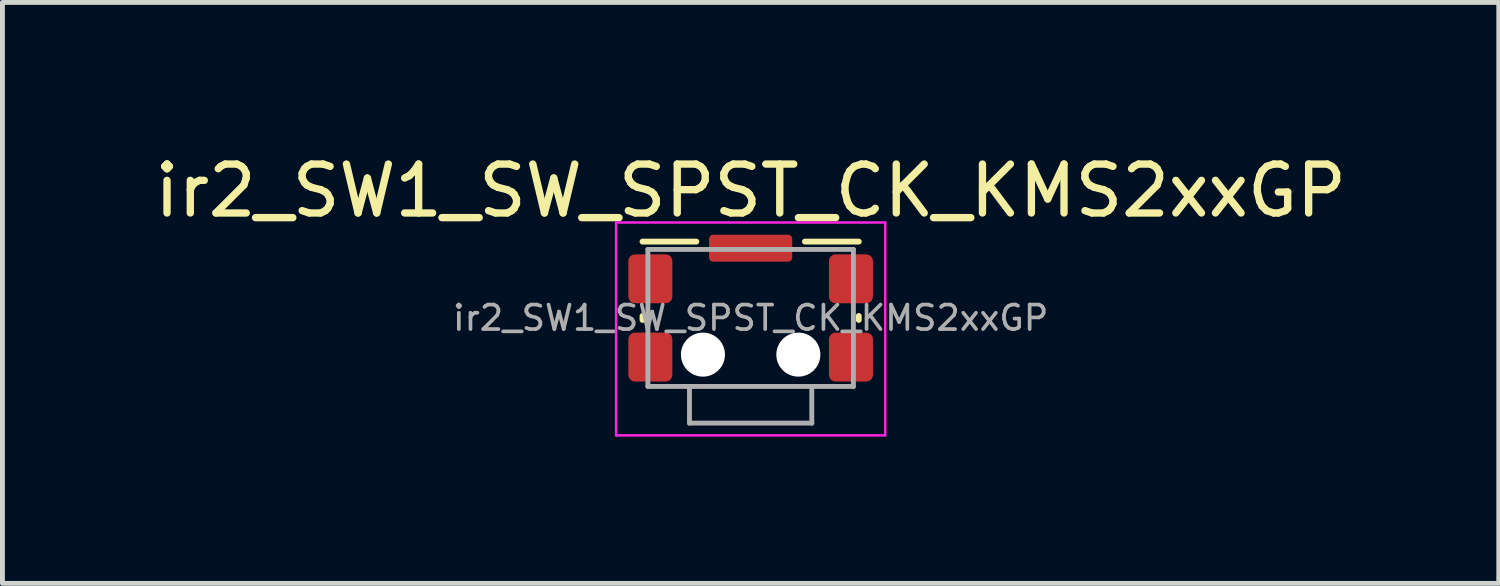
<source format=kicad_pcb>
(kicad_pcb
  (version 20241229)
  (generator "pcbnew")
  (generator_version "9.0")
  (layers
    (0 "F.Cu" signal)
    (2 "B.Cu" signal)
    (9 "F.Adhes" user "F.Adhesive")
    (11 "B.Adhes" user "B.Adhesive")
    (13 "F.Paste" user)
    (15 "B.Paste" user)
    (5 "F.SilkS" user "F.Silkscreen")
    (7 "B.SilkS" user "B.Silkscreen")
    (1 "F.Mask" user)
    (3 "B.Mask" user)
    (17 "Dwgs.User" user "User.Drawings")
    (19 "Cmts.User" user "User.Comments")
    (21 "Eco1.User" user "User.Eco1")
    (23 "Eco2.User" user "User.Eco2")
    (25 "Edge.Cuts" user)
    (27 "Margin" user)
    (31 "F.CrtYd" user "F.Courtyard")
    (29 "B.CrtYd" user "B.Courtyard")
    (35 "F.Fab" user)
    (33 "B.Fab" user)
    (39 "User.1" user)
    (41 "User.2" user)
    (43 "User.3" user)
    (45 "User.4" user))
  (footprint "ir2_SW1_SW_SPST_CK_KMS2xxGP"
    (layer "F.Cu")
    (at 12.292 3.448)
    (property "Reference" "ir2_SW1_SW_SPST_CK_KMS2xxGP" (at 0 -2.6 0) (layer "F.SilkS") (effects (font (size 1 1) (thickness 0.15))))
    (attr smd)
    (fp_line (start -2.21 -1.56) (end -1.11 -1.56) (stroke (width 0.12) (type solid)) (layer "F.SilkS"))
    (fp_line (start -2.21 -0.04) (end -2.21 0.04) (stroke (width 0.12) (type default)) (layer "F.SilkS"))
    (fp_line (start 1.11 -1.56) (end 2.21 -1.56) (stroke (width 0.12) (type solid)) (layer "F.SilkS"))
    (fp_line (start 2.21 -0.04) (end 2.21 0.04) (stroke (width 0.12) (type default)) (layer "F.SilkS"))
    (fp_line (start -2.75 -1.95) (end -2.75 2.4) (stroke (width 0.05) (type default)) (layer "F.CrtYd"))
    (fp_line (start -2.75 -1.95) (end 2.75 -1.95) (stroke (width 0.05) (type default)) (layer "F.CrtYd"))
    (fp_line (start -2.75 2.4) (end 2.75 2.4) (stroke (width 0.05) (type default)) (layer "F.CrtYd"))
    (fp_line (start 2.75 -1.95) (end 2.75 2.4) (stroke (width 0.05) (type default)) (layer "F.CrtYd"))
    (fp_line (start -2.1 -1.4) (end -2.1 1.4) (stroke (width 0.1) (type solid)) (layer "F.Fab"))
    (fp_line (start -2.1 -1.4) (end 2.1 -1.4) (stroke (width 0.1) (type solid)) (layer "F.Fab"))
    (fp_line (start -2.1 1.4) (end 2.1 1.4) (stroke (width 0.1) (type solid)) (layer "F.Fab"))
    (fp_line (start -1.25 1.4) (end -1.25 2.15) (stroke (width 0.1) (type solid)) (layer "F.Fab"))
    (fp_line (start -1.25 2.15) (end 1.25 2.15) (stroke (width 0.1) (type solid)) (layer "F.Fab"))
    (fp_line (start 1.25 1.4) (end 1.25 2.15) (stroke (width 0.1) (type solid)) (layer "F.Fab"))
    (fp_line (start 2.1 -1.4) (end 2.1 1.4) (stroke (width 0.1) (type solid)) (layer "F.Fab"))
    (fp_text user "${REFERENCE}" (at 0 0 0) (layer "F.Fab") (effects (font (size 0.5 0.5) (thickness 0.075))))
    (pad "" np_thru_hole circle (at -0.975 0.75) (size 0.9 0.9) (drill 0.9) (layers "*.Cu" "*.Mask"))
    (pad "" np_thru_hole circle (at 0.975 0.75) (size 0.9 0.9) (drill 0.9) (layers "*.Cu" "*.Mask"))
    (pad "1" smd roundrect (at -2.05 -0.8) (size 0.9 1) (layers "F.Cu" "F.Mask" "F.Paste") (roundrect_rratio 0.15))
    (pad "1" smd roundrect (at 2.05 -0.8) (size 0.9 1) (layers "F.Cu" "F.Mask" "F.Paste") (roundrect_rratio 0.15))
    (pad "2" smd roundrect (at -2.05 0.8) (size 0.9 1) (layers "F.Cu" "F.Mask" "F.Paste") (roundrect_rratio 0.15))
    (pad "2" smd roundrect (at 2.05 0.8) (size 0.9 1) (layers "F.Cu" "F.Mask" "F.Paste") (roundrect_rratio 0.15))
    (pad "SH" smd roundrect (at 0 -1.425) (size 1.7 0.55) (layers "F.Cu" "F.Mask" "F.Paste") (roundrect_rratio 0.15)))
  (gr_rect
    (start -3 -3)
    (end 27.583 8.873)
    (stroke (width 0.1) (type default))
    (fill no)
    (layer "Edge.Cuts")))
</source>
